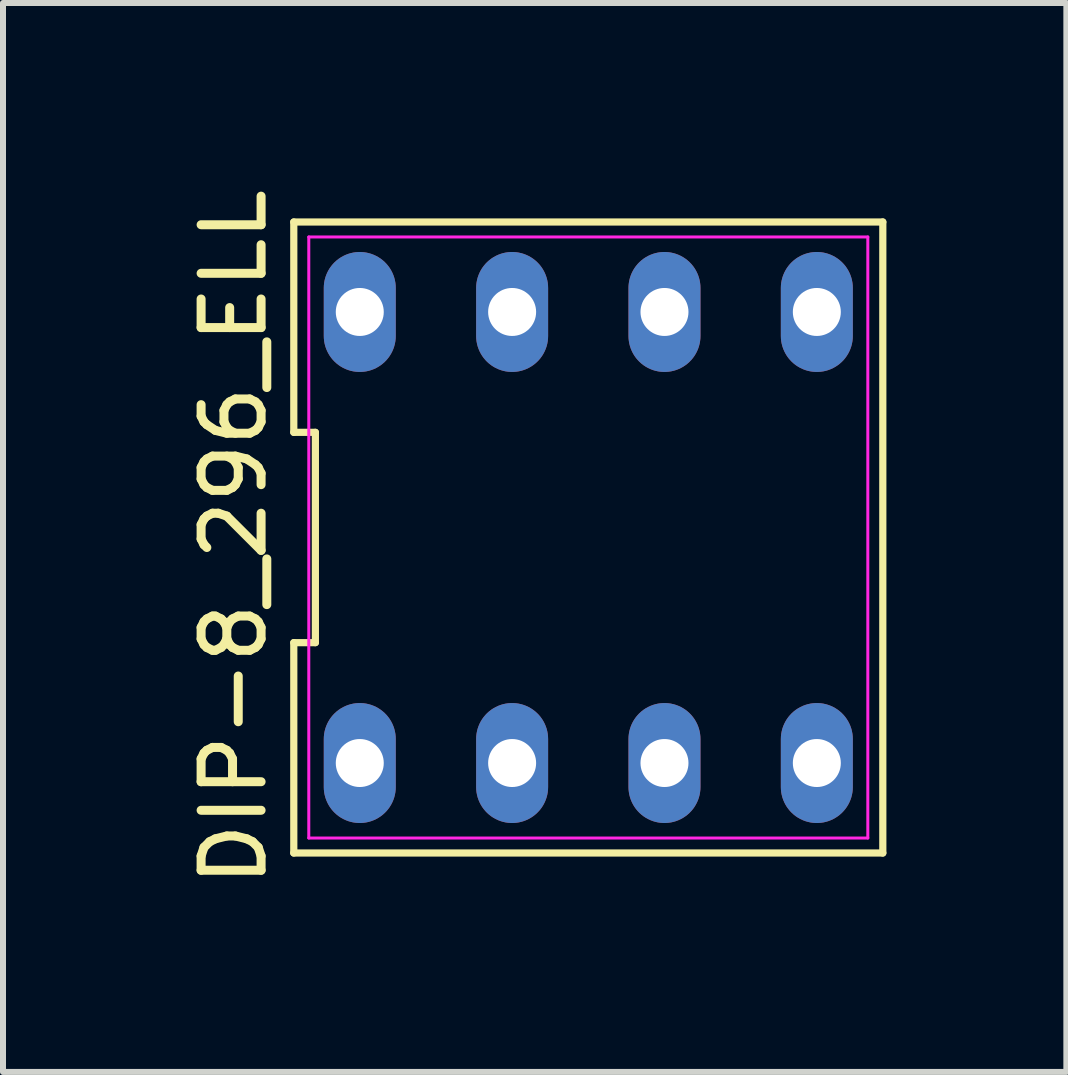
<source format=kicad_pcb>
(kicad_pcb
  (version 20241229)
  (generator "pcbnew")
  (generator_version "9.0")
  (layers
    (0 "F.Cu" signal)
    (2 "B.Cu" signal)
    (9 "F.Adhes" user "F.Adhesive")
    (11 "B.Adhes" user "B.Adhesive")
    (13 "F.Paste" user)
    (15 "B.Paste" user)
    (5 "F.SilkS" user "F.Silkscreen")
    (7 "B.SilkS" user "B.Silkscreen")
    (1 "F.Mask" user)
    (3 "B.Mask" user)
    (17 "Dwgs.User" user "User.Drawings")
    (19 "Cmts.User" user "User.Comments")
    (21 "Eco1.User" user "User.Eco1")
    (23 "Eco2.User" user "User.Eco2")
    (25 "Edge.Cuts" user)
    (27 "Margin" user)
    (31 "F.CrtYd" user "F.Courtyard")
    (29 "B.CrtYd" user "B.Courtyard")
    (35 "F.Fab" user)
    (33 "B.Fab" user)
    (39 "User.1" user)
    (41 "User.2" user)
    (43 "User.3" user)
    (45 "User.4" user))
  (footprint "DIP-8_296_ELL"
    (layer "F.Cu")
    (at 6.758 5.911)
    (property "Reference" "DIP-8_296_ELL" (at -5.91 0 90) (layer "F.SilkS") (effects (font (size 1 1) (thickness 0.15))))
    (attr through_hole)
    (fp_line (start -4.91 -5.26) (end -4.91 -1.753) (stroke (width 0.12) (type solid)) (layer "F.SilkS"))
    (fp_line (start -4.91 -1.753) (end -4.55 -1.753) (stroke (width 0.12) (type solid)) (layer "F.SilkS"))
    (fp_line (start -4.91 1.753) (end -4.91 5.26) (stroke (width 0.12) (type solid)) (layer "F.SilkS"))
    (fp_line (start -4.91 5.26) (end 4.91 5.26) (stroke (width 0.12) (type solid)) (layer "F.SilkS"))
    (fp_line (start -4.55 -1.753) (end -4.55 1.753) (stroke (width 0.12) (type solid)) (layer "F.SilkS"))
    (fp_line (start -4.55 1.753) (end -4.91 1.753) (stroke (width 0.12) (type solid)) (layer "F.SilkS"))
    (fp_line (start 4.91 -5.26) (end -4.91 -5.26) (stroke (width 0.12) (type solid)) (layer "F.SilkS"))
    (fp_line (start 4.91 5.26) (end 4.91 -5.26) (stroke (width 0.12) (type solid)) (layer "F.SilkS"))
    (fp_line (start -4.66 -5.01) (end 4.66 -5.01) (stroke (width 0.05) (type solid)) (layer "F.CrtYd"))
    (fp_line (start -4.66 5.01) (end -4.66 -5.01) (stroke (width 0.05) (type solid)) (layer "F.CrtYd"))
    (fp_line (start 4.66 -5.01) (end 4.66 5.01) (stroke (width 0.05) (type solid)) (layer "F.CrtYd"))
    (fp_line (start 4.66 5.01) (end -4.66 5.01) (stroke (width 0.05) (type solid)) (layer "F.CrtYd"))
    (pad "1" thru_hole oval (at -3.81 3.76) (size 1.2 2) (drill 0.8) (layers "*.Cu" "*.Mask"))
    (pad "2" thru_hole oval (at -1.27 3.76) (size 1.2 2) (drill 0.8) (layers "*.Cu" "*.Mask"))
    (pad "3" thru_hole oval (at 1.27 3.76) (size 1.2 2) (drill 0.8) (layers "*.Cu" "*.Mask"))
    (pad "4" thru_hole oval (at 3.81 3.76) (size 1.2 2) (drill 0.8) (layers "*.Cu" "*.Mask"))
    (pad "5" thru_hole oval (at 3.81 -3.76) (size 1.2 2) (drill 0.8) (layers "*.Cu" "*.Mask"))
    (pad "6" thru_hole oval (at 1.27 -3.76) (size 1.2 2) (drill 0.8) (layers "*.Cu" "*.Mask"))
    (pad "7" thru_hole oval (at -1.27 -3.76) (size 1.2 2) (drill 0.8) (layers "*.Cu" "*.Mask"))
    (pad "8" thru_hole oval (at -3.81 -3.76) (size 1.2 2) (drill 0.8) (layers "*.Cu" "*.Mask")))
  (gr_rect
    (start -3 -3)
    (end 14.728 14.821)
    (stroke (width 0.1) (type default))
    (fill no)
    (layer "Edge.Cuts")))
</source>
